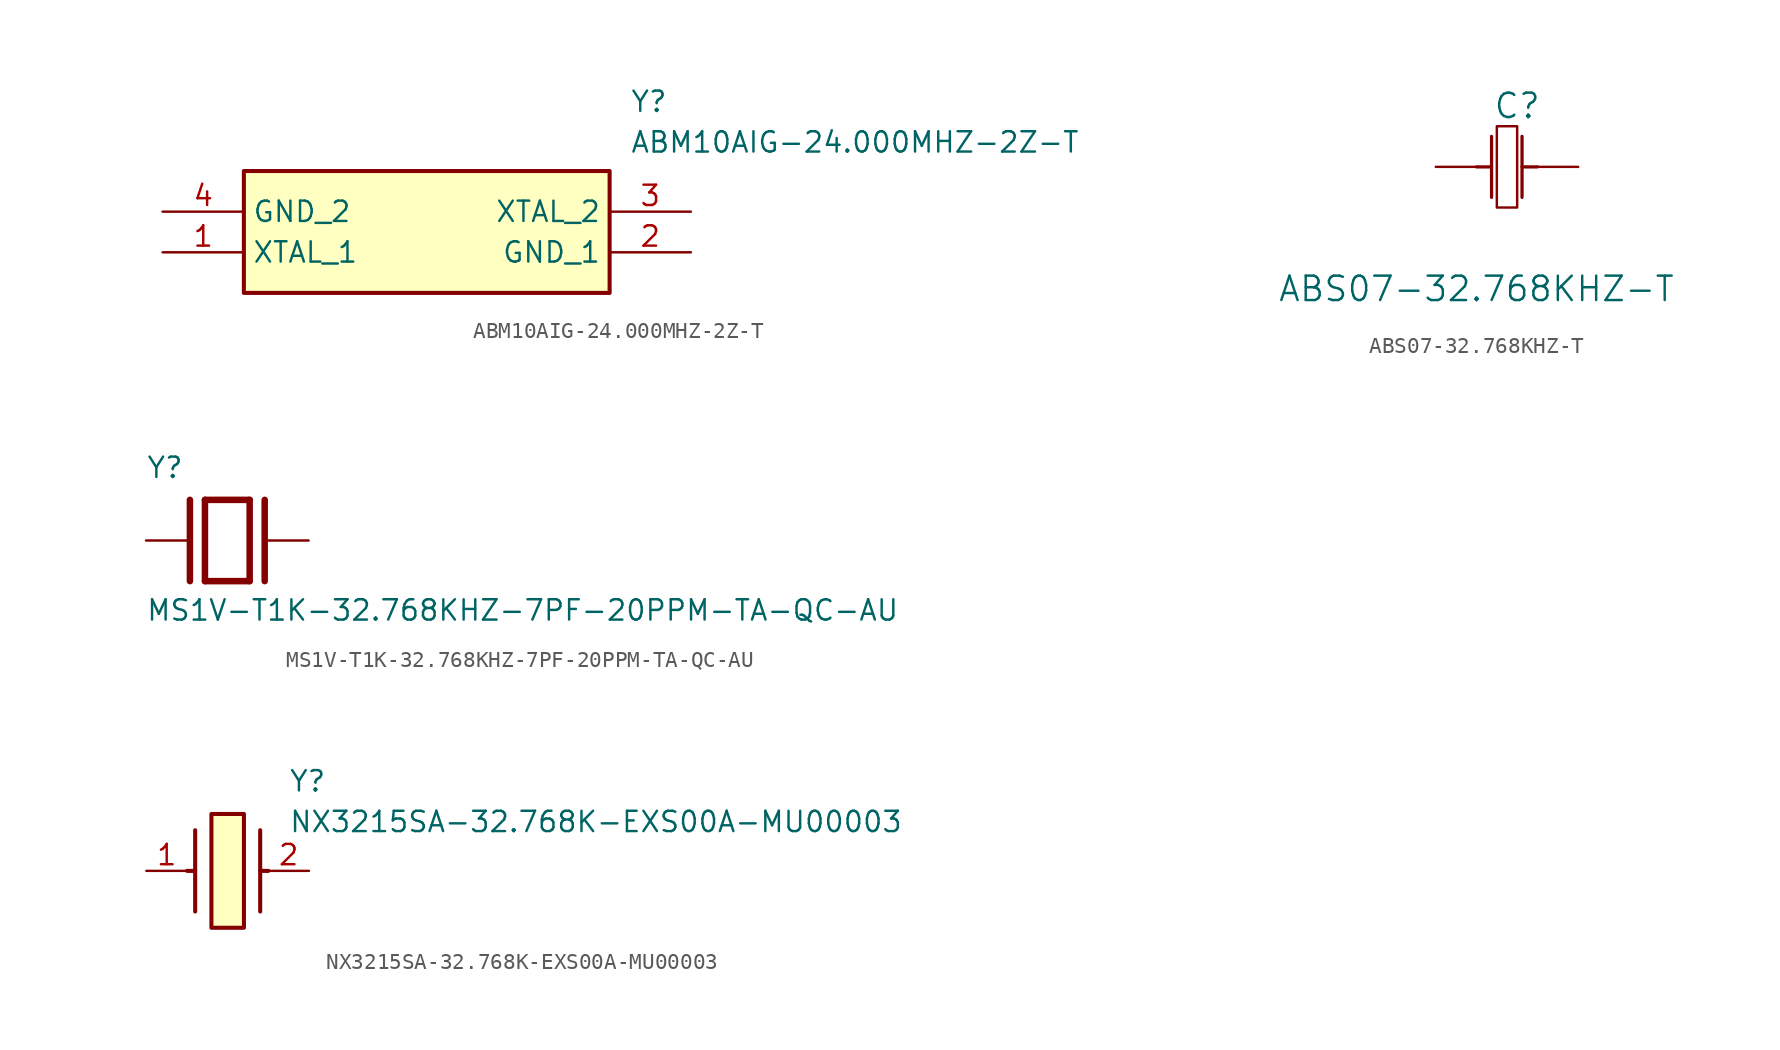
<source format=kicad_sym>
(kicad_symbol_lib
  (version 20220914)
  (generator kicad_symbol_editor)
  (symbol "ABM10AIG-24.000MHZ-2Z-T"
    (property "Reference" "Y"
      (at 29.21 7.62 0)
      (effects (font (size 1.27 1.27)) (justify left top)))
    (property "Value" "ABM10AIG-24.000MHZ-2Z-T"
      (at 29.21 5.08 0)
      (effects (font (size 1.27 1.27)) (justify left top)))
    (symbol "ABM10AIG-24.000MHZ-2Z-T_1_1"
      (rectangle (start 5.08 2.54) (end 27.94 -5.08) (stroke (width 0.254) (type default)) (fill (type background)))
      (pin passive line (at 0 -2.54 0) (length 5.08) (name "XTAL_1" (effects (font (size 1.27 1.27)))) (number "1" (effects (font (size 1.27 1.27)))))
      (pin passive line (at 33.02 -2.54 180) (length 5.08) (name "GND_1" (effects (font (size 1.27 1.27)))) (number "2" (effects (font (size 1.27 1.27)))))
      (pin passive line (at 33.02 0 180) (length 5.08) (name "XTAL_2" (effects (font (size 1.27 1.27)))) (number "3" (effects (font (size 1.27 1.27)))))
      (pin passive line (at 0 0 0) (length 5.08) (name "GND_2" (effects (font (size 1.27 1.27)))) (number "4" (effects (font (size 1.27 1.27)))))))
  (symbol "ABS07-32.768KHZ-T"
    (pin_numbers hide)
    (pin_names
      (offset 1.651) hide)
    (property "Reference" "C"
      (at 6.35 3.81 0)
      (effects (font (size 1.524 1.524))))
    (property "Value" "ABS07-32.768KHZ-T"
      (at 3.81 -7.62 0)
      (effects (font (size 1.524 1.524))))
    (property "Datasheet" ""
      (at 1.27 0 0)
      (effects (font (size 1.524 1.524))))
    (symbol "ABS07-32.768KHZ-T_1_1"
      (polyline (pts (xy 3.81 0) (xy 4.75 0)) (stroke (width 0.203) (type default)) (fill (type none)))
      (polyline (pts (xy 4.75 -1.905) (xy 4.75 1.905)) (stroke (width 0.203) (type default)) (fill (type none)))
      (polyline (pts (xy 6.655 -1.905) (xy 6.655 1.905)) (stroke (width 0.203) (type default)) (fill (type none)))
      (polyline (pts (xy 6.655 0) (xy 7.62 0)) (stroke (width 0.203) (type default)) (fill (type none)))
      (rectangle (start 5.08 2.54) (end 6.35 -2.54) (stroke (width 0) (type default)) (fill (type none)))
      (pin unspecified line (at 1.27 0 0) (length 2.54) (name "1" (effects (font (size 1.499 1.499)))) (number "1" (effects (font (size 1.499 1.499)))))
      (pin unspecified line (at 10.16 0 180) (length 2.54) (name "2" (effects (font (size 1.499 1.499)))) (number "2" (effects (font (size 1.499 1.499)))))))
  (symbol "MS1V-T1K-32.768KHZ-7PF-20PPM-TA-QC-AU"
    (pin_numbers hide)
    (pin_names
      (offset 1.016) hide)
    (property "Reference" "Y"
      (at -5.08 3.81 0)
      (effects (font (size 1.27 1.27)) (justify left bottom)))
    (property "Value" "MS1V-T1K-32.768KHZ-7PF-20PPM-TA-QC-AU"
      (at -5.105 -5.105 0)
      (effects (font (size 1.27 1.27)) (justify left bottom)))
    (symbol "MS1V-T1K-32.768KHZ-7PF-20PPM-TA-QC-AU_0_0"
      (polyline (pts (xy -2.337 2.54) (xy -2.337 -2.54)) (stroke (width 0.406) (type default)) (fill (type none)))
      (polyline (pts (xy -1.397 2.54) (xy -1.397 -2.54)) (stroke (width 0.406) (type default)) (fill (type none)))
      (polyline (pts (xy -1.397 2.54) (xy 1.397 2.54)) (stroke (width 0.406) (type default)) (fill (type none)))
      (polyline (pts (xy 1.397 -2.54) (xy -1.397 -2.54)) (stroke (width 0.406) (type default)) (fill (type none)))
      (polyline (pts (xy 1.397 2.54) (xy 1.397 -2.54)) (stroke (width 0.406) (type default)) (fill (type none)))
      (polyline (pts (xy 2.337 2.54) (xy 2.337 -2.54)) (stroke (width 0.406) (type default)) (fill (type none)))
      (pin passive line (at -5.08 0 0) (length 2.54) (name "~" (effects (font (size 1.016 1.016)))) (number "1" (effects (font (size 1.016 1.016)))))
      (pin passive line (at 5.08 0 180) (length 2.54) (name "~" (effects (font (size 1.016 1.016)))) (number "2" (effects (font (size 1.016 1.016)))))))
  (symbol "NX3215SA-32.768K-EXS00A-MU00003"
    (pin_names hide)
    (property "Reference" "Y"
      (at 8.89 6.35 0)
      (effects (font (size 1.27 1.27)) (justify left top)))
    (property "Value" "NX3215SA-32.768K-EXS00A-MU00003"
      (at 8.89 3.81 0)
      (effects (font (size 1.27 1.27)) (justify left top)))
    (symbol "NX3215SA-32.768K-EXS00A-MU00003_1_1"
      (polyline (pts (xy 3.048 0) (xy 2.54 0)) (stroke (width 0.254) (type default)) (fill (type none)))
      (polyline (pts (xy 3.048 2.54) (xy 3.048 -2.54)) (stroke (width 0.254) (type default)) (fill (type none)))
      (polyline (pts (xy 7.112 0) (xy 7.62 0)) (stroke (width 0.254) (type default)) (fill (type none)))
      (polyline (pts (xy 7.112 2.54) (xy 7.112 -2.54)) (stroke (width 0.254) (type default)) (fill (type none)))
      (rectangle (start 4.064 3.556) (end 6.096 -3.556) (stroke (width 0.254) (type default)) (fill (type background)))
      (pin passive line (at 0 0 0) (length 2.54) (name "1" (effects (font (size 1.27 1.27)))) (number "1" (effects (font (size 1.27 1.27)))))
      (pin passive line (at 10.16 0 180) (length 2.54) (name "2" (effects (font (size 1.27 1.27)))) (number "2" (effects (font (size 1.27 1.27))))))))
</source>
